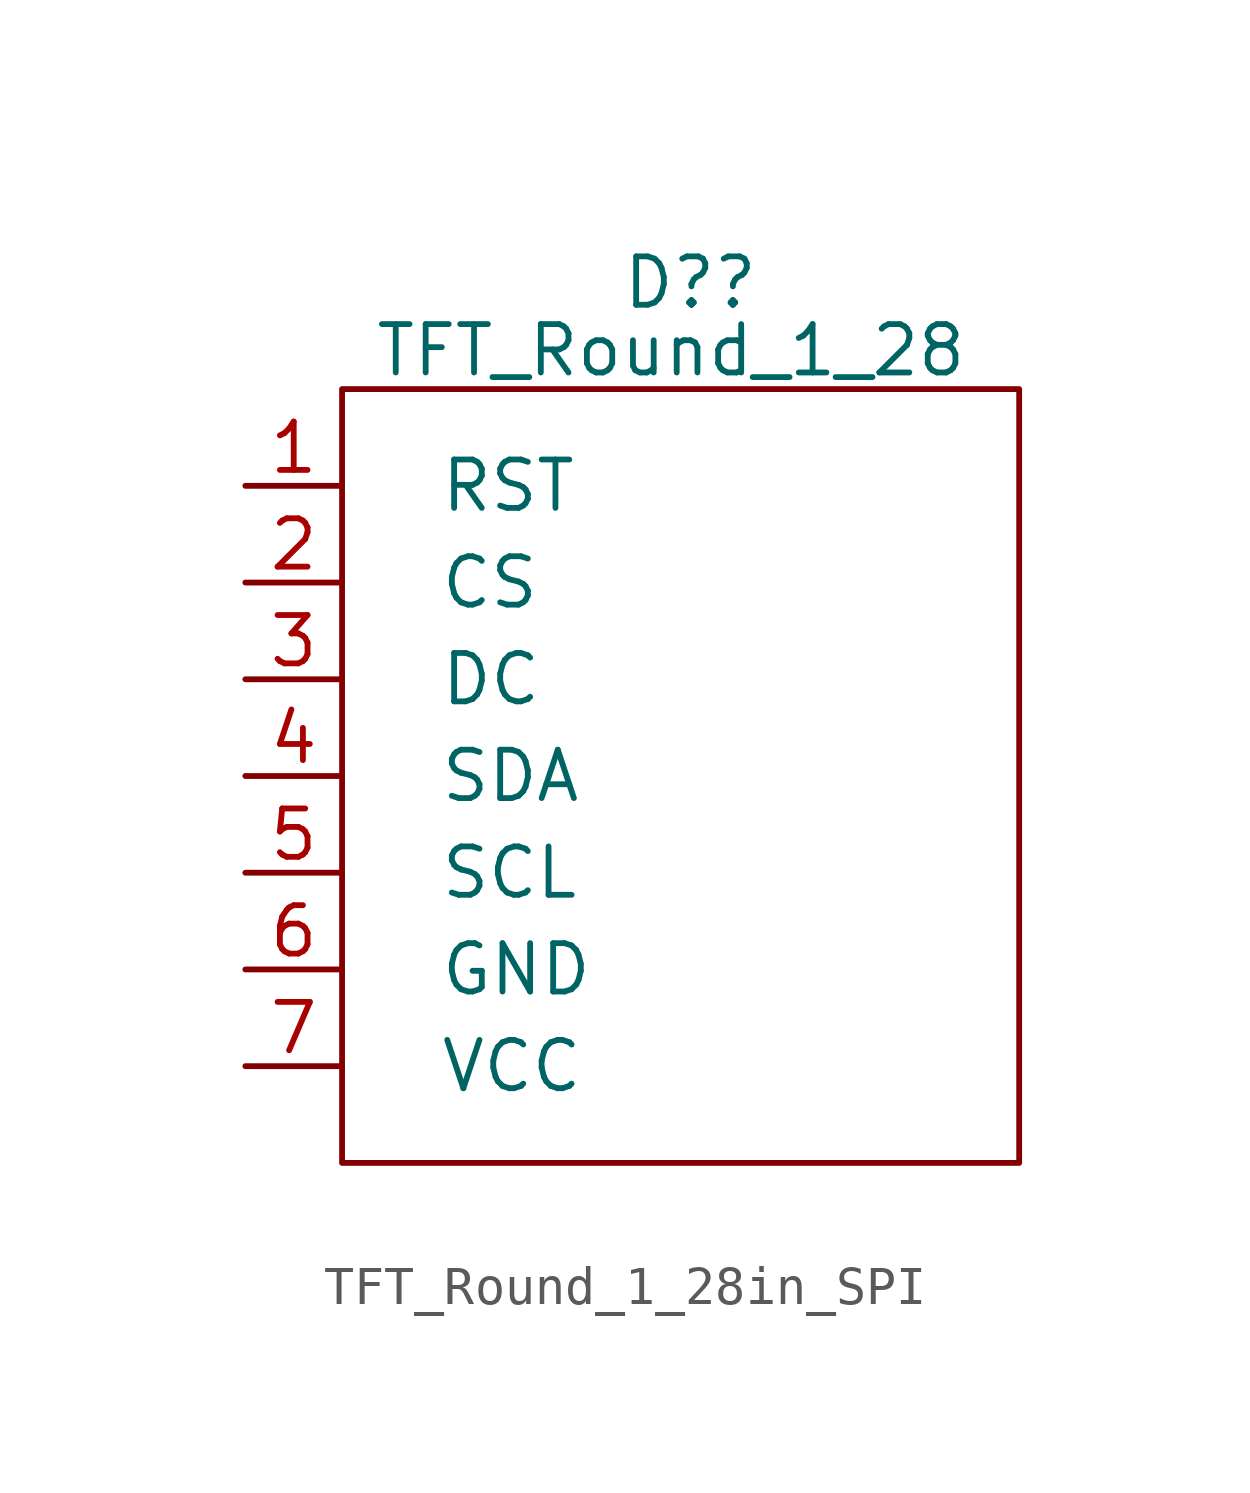
<source format=kicad_sym>
(kicad_symbol_lib
  (version 20241209)
  (generator "kicad_symbol_editor")
  (generator_version "9.0")
  (symbol "TFT_Round_1_28in_SPI"
    (pin_names
      (offset 2.54))
    (property "Reference" "D?"
      (at 9.144 2.794 0)
      (effects (font (size 1.27 1.27))))
    (property "Value" "TFT_Round_1_28"
      (at 8.636 1.016 0)
      (effects (font (size 1.27 1.27))))
    (symbol "TFT_Round_1_28in_SPI_0_1"
      (rectangle (start 0 0) (end 17.78 -20.32) (stroke (width 0) (type default)) (fill (type none))))
    (symbol "TFT_Round_1_28in_SPI_1_1"
      (pin input line (at -2.54 -2.54 0) (length 2.54) (name "RST" (effects (font (size 1.27 1.27)))) (number "1" (effects (font (size 1.27 1.27)))))
      (pin input line (at -2.54 -5.08 0) (length 2.54) (name "CS" (effects (font (size 1.27 1.27)))) (number "2" (effects (font (size 1.27 1.27)))))
      (pin input line (at -2.54 -7.62 0) (length 2.54) (name "DC" (effects (font (size 1.27 1.27)))) (number "3" (effects (font (size 1.27 1.27)))))
      (pin bidirectional line (at -2.54 -10.16 0) (length 2.54) (name "SDA" (effects (font (size 1.27 1.27)))) (number "4" (effects (font (size 1.27 1.27)))))
      (pin input line (at -2.54 -12.7 0) (length 2.54) (name "SCL" (effects (font (size 1.27 1.27)))) (number "5" (effects (font (size 1.27 1.27)))))
      (pin power_in line (at -2.54 -15.24 0) (length 2.54) (name "GND" (effects (font (size 1.27 1.27)))) (number "6" (effects (font (size 1.27 1.27)))))
      (pin power_in line (at -2.54 -17.78 0) (length 2.54) (name "VCC" (effects (font (size 1.27 1.27)))) (number "7" (effects (font (size 1.27 1.27))))))))
</source>
